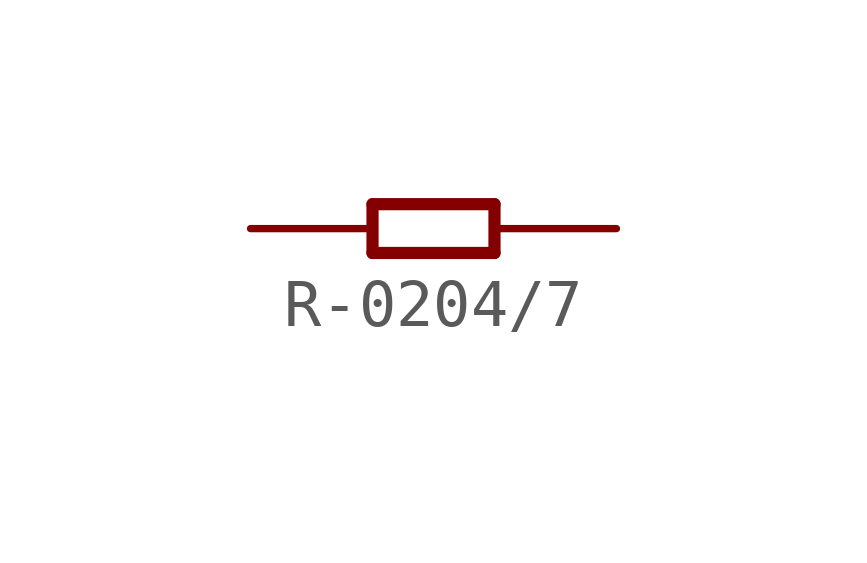
<source format=kicad_sym>
(kicad_symbol_lib
  (version 20220914)
  (generator kicad_symbol_editor)
  (symbol "R-0204/7"
    (property "Reference" "R"
      (at -3.81 0 0)
      (effects (font (size 1.27 1.079)) (justify left bottom) hide))
    (property "ki_locked" ""
      (at 0 0 0)
      (effects (font (size 1.27 1.27))))
    (symbol "R-0204/7_1_0"
      (polyline (pts (xy -1.27 -0.508) (xy -1.27 0.508)) (stroke (width 0.254) (type solid)) (fill (type none)))
      (polyline (pts (xy -1.27 0.508) (xy 1.27 0.508)) (stroke (width 0.254) (type solid)) (fill (type none)))
      (polyline (pts (xy 1.27 -0.508) (xy -1.27 -0.508)) (stroke (width 0.254) (type solid)) (fill (type none)))
      (polyline (pts (xy 1.27 0.508) (xy 1.27 -0.508)) (stroke (width 0.254) (type solid)) (fill (type none)))
      (pin passive line (at -3.81 0 0) (length 2.54) (name "1" (effects (font (size 0 0)))) (number "1" (effects (font (size 0 0)))))
      (pin passive line (at 3.81 0 180) (length 2.54) (name "2" (effects (font (size 0 0)))) (number "2" (effects (font (size 0 0))))))))
</source>
